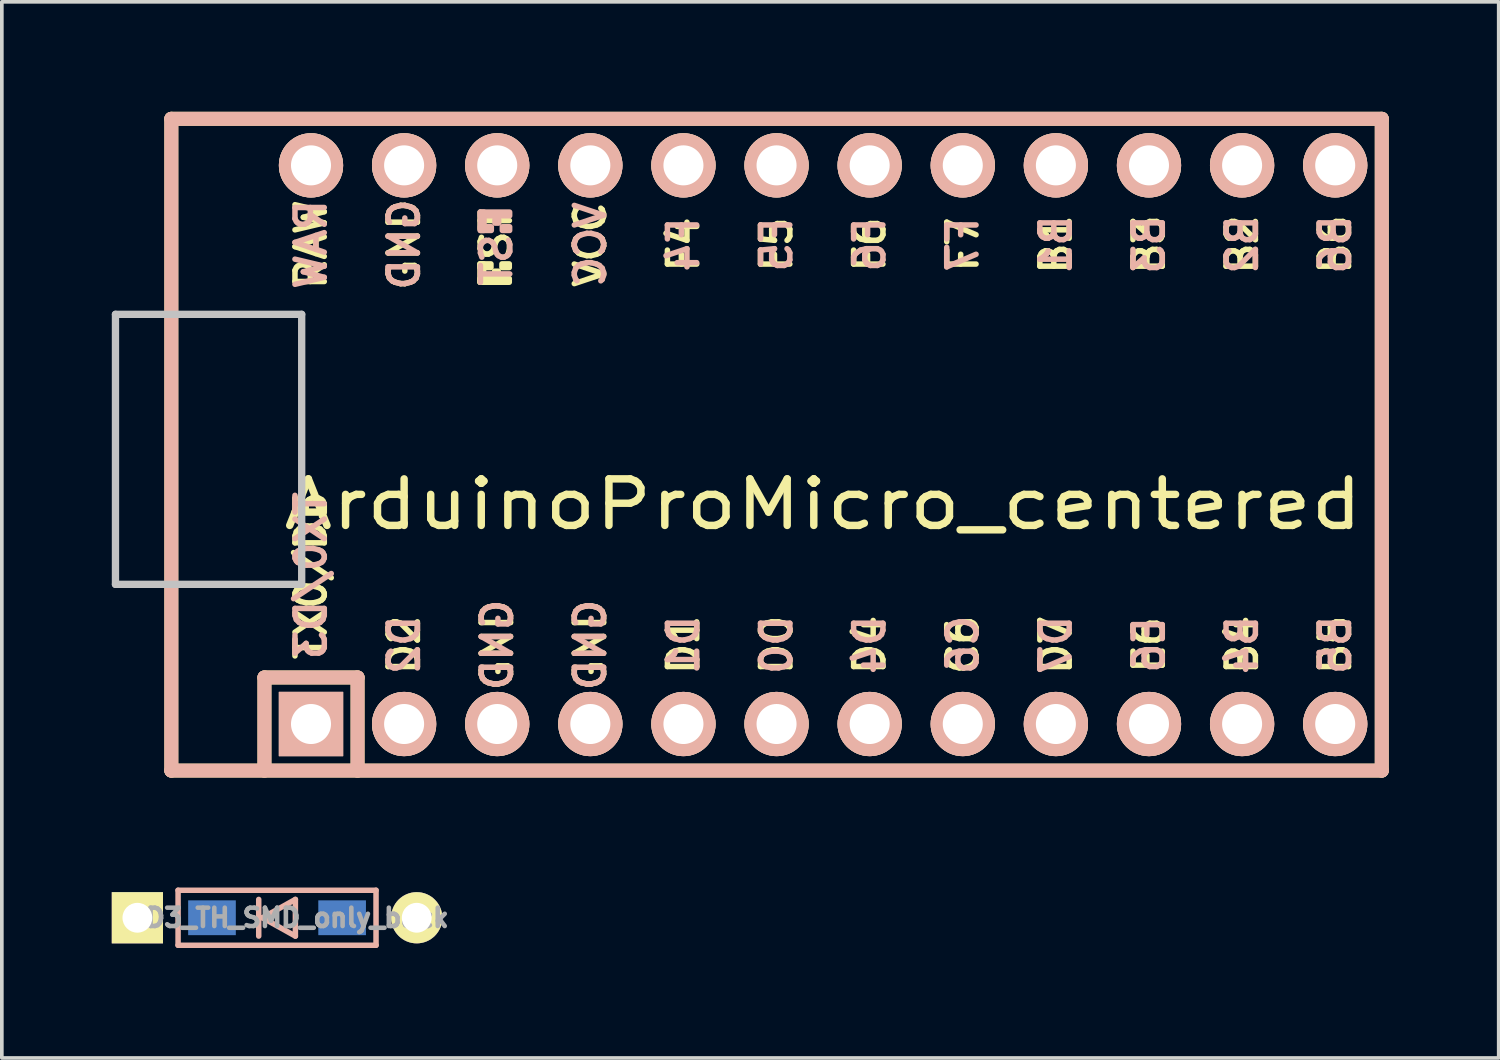
<source format=kicad_pcb>
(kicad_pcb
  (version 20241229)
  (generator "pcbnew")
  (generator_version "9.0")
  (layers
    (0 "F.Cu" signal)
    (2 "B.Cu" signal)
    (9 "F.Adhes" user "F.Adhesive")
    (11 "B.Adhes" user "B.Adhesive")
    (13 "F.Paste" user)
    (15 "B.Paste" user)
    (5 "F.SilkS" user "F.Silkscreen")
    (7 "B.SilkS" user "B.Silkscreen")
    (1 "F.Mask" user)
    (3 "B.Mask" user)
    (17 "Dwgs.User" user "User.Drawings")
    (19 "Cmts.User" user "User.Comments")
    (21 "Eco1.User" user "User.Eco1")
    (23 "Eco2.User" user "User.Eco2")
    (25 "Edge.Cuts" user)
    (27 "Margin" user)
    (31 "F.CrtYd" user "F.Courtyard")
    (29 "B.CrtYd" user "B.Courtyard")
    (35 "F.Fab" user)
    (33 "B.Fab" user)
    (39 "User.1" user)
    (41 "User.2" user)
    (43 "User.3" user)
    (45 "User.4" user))
  (footprint "D3_TH_SMD_only_back"
    (layer "F.Cu")
    (at 4.508 21.986)
    (property "Reference" "D3_TH_SMD_only_back" (at 0.55 0 0) (layer "F.Fab") (effects (font (size 0.5 0.5) (thickness 0.125))))
    (attr through_hole)
    (fp_line (start -2.7 -0.75) (end -2.7 0.75) (stroke (width 0.15) (type solid)) (layer "B.SilkS"))
    (fp_line (start -2.7 0.75) (end 2.7 0.75) (stroke (width 0.15) (type solid)) (layer "B.SilkS"))
    (fp_line (start -0.5 -0.5) (end -0.5 0.5) (stroke (width 0.15) (type solid)) (layer "B.SilkS"))
    (fp_line (start -0.4 0) (end 0.5 -0.5) (stroke (width 0.15) (type solid)) (layer "B.SilkS"))
    (fp_line (start 0.5 -0.5) (end 0.5 0.5) (stroke (width 0.15) (type solid)) (layer "B.SilkS"))
    (fp_line (start 0.5 0.5) (end -0.4 0) (stroke (width 0.15) (type solid)) (layer "B.SilkS"))
    (fp_line (start 2.7 -0.75) (end -2.7 -0.75) (stroke (width 0.15) (type solid)) (layer "B.SilkS"))
    (fp_line (start 2.7 0.75) (end 2.7 -0.75) (stroke (width 0.15) (type solid)) (layer "B.SilkS"))
    (pad "1" thru_hole rect (at -3.81 0) (size 1.397 1.397) (drill 0.813) (layers "*.Cu" "*.Mask" "F.SilkS"))
    (pad "1" smd rect (at -1.775 0) (size 1.3 0.95) (layers "B.Cu" "B.Mask" "B.Paste"))
    (pad "2" smd rect (at 1.775 0) (size 1.3 0.95) (layers "B.Cu" "B.Mask" "B.Paste"))
    (pad "2" thru_hole circle (at 3.81 0) (size 1.397 1.397) (drill 0.813) (layers "*.Cu" "*.Mask" "F.SilkS")))
  (footprint "ArduinoProMicro_centered"
    (layer "F.Cu")
    (at 18.134 9.081)
    (property "Reference" "ArduinoProMicro_centered" (at 1.27 1.625 180) (layer "F.SilkS") (effects (font (size 1.27 1.524) (thickness 0.203))))
    (attr through_hole)
    (fp_line (start -16.51 -8.89) (end -16.51 8.89) (stroke (width 0.381) (type solid)) (layer "F.SilkS"))
    (fp_line (start -16.51 8.89) (end 16.51 8.89) (stroke (width 0.381) (type solid)) (layer "F.SilkS"))
    (fp_line (start -13.97 6.35) (end -13.97 8.89) (stroke (width 0.381) (type solid)) (layer "F.SilkS"))
    (fp_line (start -13.97 6.35) (end -11.43 6.35) (stroke (width 0.381) (type solid)) (layer "F.SilkS"))
    (fp_line (start -11.43 6.35) (end -11.43 8.89) (stroke (width 0.381) (type solid)) (layer "F.SilkS"))
    (fp_line (start 16.51 -8.89) (end -16.51 -8.89) (stroke (width 0.381) (type solid)) (layer "F.SilkS"))
    (fp_line (start 16.51 8.89) (end 16.51 -8.89) (stroke (width 0.381) (type solid)) (layer "F.SilkS"))
    (fp_poly (pts (xy -8.091 -4.932) (xy -7.991 -4.932) (xy -7.991 -4.432) (xy -8.091 -4.432)) (stroke (width 0.15) (type solid)) (fill yes) (layer "F.SilkS"))
    (fp_poly (pts (xy -8.091 -4.932) (xy -7.791 -4.932) (xy -7.791 -4.832) (xy -8.091 -4.832)) (stroke (width 0.15) (type solid)) (fill yes) (layer "F.SilkS"))
    (fp_poly (pts (xy -8.091 -4.532) (xy -7.291 -4.532) (xy -7.291 -4.432) (xy -8.091 -4.432)) (stroke (width 0.15) (type solid)) (fill yes) (layer "F.SilkS"))
    (fp_poly (pts (xy -7.691 -4.732) (xy -7.591 -4.732) (xy -7.591 -4.632) (xy -7.691 -4.632)) (stroke (width 0.15) (type solid)) (fill yes) (layer "F.SilkS"))
    (fp_poly (pts (xy -7.491 -4.932) (xy -7.291 -4.932) (xy -7.291 -4.832) (xy -7.491 -4.832)) (stroke (width 0.15) (type solid)) (fill yes) (layer "F.SilkS"))
    (fp_line (start -16.51 -8.89) (end -16.51 8.89) (stroke (width 0.381) (type solid)) (layer "B.SilkS"))
    (fp_line (start -16.51 8.89) (end 16.51 8.89) (stroke (width 0.381) (type solid)) (layer "B.SilkS"))
    (fp_line (start -13.97 6.35) (end -13.97 8.89) (stroke (width 0.381) (type solid)) (layer "B.SilkS"))
    (fp_line (start -13.97 6.35) (end -11.43 6.35) (stroke (width 0.381) (type solid)) (layer "B.SilkS"))
    (fp_line (start -11.43 6.35) (end -11.43 8.89) (stroke (width 0.381) (type solid)) (layer "B.SilkS"))
    (fp_line (start 16.51 -8.89) (end -16.51 -8.89) (stroke (width 0.381) (type solid)) (layer "B.SilkS"))
    (fp_line (start 16.51 8.89) (end 16.51 -8.89) (stroke (width 0.381) (type solid)) (layer "B.SilkS"))
    (fp_poly (pts (xy -8.081 -6.245) (xy -7.281 -6.245) (xy -7.281 -6.345) (xy -8.081 -6.345)) (stroke (width 0.15) (type solid)) (fill yes) (layer "B.SilkS"))
    (fp_poly (pts (xy -8.081 -5.845) (xy -7.981 -5.845) (xy -7.981 -6.345) (xy -8.081 -6.345)) (stroke (width 0.15) (type solid)) (fill yes) (layer "B.SilkS"))
    (fp_poly (pts (xy -8.081 -5.845) (xy -7.781 -5.845) (xy -7.781 -5.945) (xy -8.081 -5.945)) (stroke (width 0.15) (type solid)) (fill yes) (layer "B.SilkS"))
    (fp_poly (pts (xy -7.681 -6.045) (xy -7.581 -6.045) (xy -7.581 -6.145) (xy -7.681 -6.145)) (stroke (width 0.15) (type solid)) (fill yes) (layer "B.SilkS"))
    (fp_poly (pts (xy -7.481 -5.845) (xy -7.281 -5.845) (xy -7.281 -5.945) (xy -7.481 -5.945)) (stroke (width 0.15) (type solid)) (fill yes) (layer "B.SilkS"))
    (fp_line (start -18.034 -3.556) (end -12.954 -3.556) (stroke (width 0.2) (type solid)) (layer "Dwgs.User"))
    (fp_line (start -18.034 3.81) (end -18.034 -3.556) (stroke (width 0.2) (type solid)) (layer "Dwgs.User"))
    (fp_line (start -12.954 -3.556) (end -12.954 3.81) (stroke (width 0.2) (type solid)) (layer "Dwgs.User"))
    (fp_line (start -12.954 3.81) (end -18.034 3.81) (stroke (width 0.2) (type solid)) (layer "Dwgs.User"))
    (fp_text user "TX0/D3" (at -12.7 3.572 270) (layer "F.SilkS") (effects (font (size 0.8 0.8) (thickness 0.15))))
    (fp_text user "B6" (at 15.24 -5.461 270) (layer "F.SilkS") (effects (font (size 0.8 0.8) (thickness 0.15))))
    (fp_text user "B2" (at 12.7 -5.461 270) (layer "F.SilkS") (effects (font (size 0.8 0.8) (thickness 0.15))))
    (fp_text user "B3" (at 10.16 -5.461 270) (layer "F.SilkS") (effects (font (size 0.8 0.8) (thickness 0.15))))
    (fp_text user "ST" (at -7.65 -5.733 270) (layer "F.SilkS") (effects (font (size 0.8 0.8) (thickness 0.15))))
    (fp_text user "D1" (at -2.54 5.461 270) (layer "F.SilkS") (effects (font (size 0.8 0.8) (thickness 0.15))))
    (fp_text user "E6" (at 10.16 5.461 270) (layer "F.SilkS") (effects (font (size 0.8 0.8) (thickness 0.15))))
    (fp_text user "GND" (at -7.62 5.461 270) (layer "F.SilkS") (effects (font (size 0.8 0.8) (thickness 0.15))))
    (fp_text user "F7" (at 5.08 -5.461 270) (layer "F.SilkS") (effects (font (size 0.8 0.8) (thickness 0.15))))
    (fp_text user "B5" (at 15.24 5.461 270) (layer "F.SilkS") (effects (font (size 0.8 0.8) (thickness 0.15))))
    (fp_text user "F4" (at -2.54 -5.461 270) (layer "F.SilkS") (effects (font (size 0.8 0.8) (thickness 0.15))))
    (fp_text user "GND" (at -5.08 5.461 270) (layer "F.SilkS") (effects (font (size 0.8 0.8) (thickness 0.15))))
    (fp_text user "RAW" (at -12.7 -5.461 270) (layer "F.SilkS") (effects (font (size 0.8 0.8) (thickness 0.15))))
    (fp_text user "C6" (at 5.08 5.461 270) (layer "F.SilkS") (effects (font (size 0.8 0.8) (thickness 0.15))))
    (fp_text user "GND" (at -10.16 -5.461 270) (layer "F.SilkS") (effects (font (size 0.8 0.8) (thickness 0.15))))
    (fp_text user "F5" (at 0 -5.461 270) (layer "F.SilkS") (effects (font (size 0.8 0.8) (thickness 0.15))))
    (fp_text user "D2" (at -10.16 5.461 270) (layer "F.SilkS") (effects (font (size 0.8 0.8) (thickness 0.15))))
    (fp_text user "B4" (at 12.7 5.461 270) (layer "F.SilkS") (effects (font (size 0.8 0.8) (thickness 0.15))))
    (fp_text user "F6" (at 2.54 -5.461 270) (layer "F.SilkS") (effects (font (size 0.8 0.8) (thickness 0.15))))
    (fp_text user "VCC" (at -5.08 -5.461 270) (layer "F.SilkS") (effects (font (size 0.8 0.8) (thickness 0.15))))
    (fp_text user "B1" (at 7.62 -5.461 270) (layer "F.SilkS") (effects (font (size 0.8 0.8) (thickness 0.15))))
    (fp_text user "D0" (at 0 5.461 270) (layer "F.SilkS") (effects (font (size 0.8 0.8) (thickness 0.15))))
    (fp_text user "D4" (at 2.54 5.461 270) (layer "F.SilkS") (effects (font (size 0.8 0.8) (thickness 0.15))))
    (fp_text user "D7" (at 7.62 5.461 270) (layer "F.SilkS") (effects (font (size 0.8 0.8) (thickness 0.15))))
    (fp_text user "B5" (at 15.24 5.461 270) (layer "B.SilkS") (effects (font (size 0.8 0.8) (thickness 0.15)) (justify mirror)))
    (fp_text user "GND" (at -5.08 5.461 270) (layer "B.SilkS") (effects (font (size 0.8 0.8) (thickness 0.15)) (justify mirror)))
    (fp_text user "C6" (at 5.08 5.461 270) (layer "B.SilkS") (effects (font (size 0.8 0.8) (thickness 0.15)) (justify mirror)))
    (fp_text user "D1" (at -2.54 5.461 270) (layer "B.SilkS") (effects (font (size 0.8 0.8) (thickness 0.15)) (justify mirror)))
    (fp_text user "B4" (at 12.7 5.461 270) (layer "B.SilkS") (effects (font (size 0.8 0.8) (thickness 0.15)) (justify mirror)))
    (fp_text user "GND" (at -7.62 5.461 270) (layer "B.SilkS") (effects (font (size 0.8 0.8) (thickness 0.15)) (justify mirror)))
    (fp_text user "RAW" (at -12.7 -5.461 270) (layer "B.SilkS") (effects (font (size 0.8 0.8) (thickness 0.15)) (justify mirror)))
    (fp_text user "GND" (at -10.16 -5.461 270) (layer "B.SilkS") (effects (font (size 0.8 0.8) (thickness 0.15)) (justify mirror)))
    (fp_text user "B6" (at 15.24 -5.461 270) (layer "B.SilkS") (effects (font (size 0.8 0.8) (thickness 0.15)) (justify mirror)))
    (fp_text user "TX0/D3" (at -12.7 3.572 270) (layer "B.SilkS") (effects (font (size 0.8 0.8) (thickness 0.15)) (justify mirror)))
    (fp_text user "F6" (at 2.54 -5.461 270) (layer "B.SilkS") (effects (font (size 0.8 0.8) (thickness 0.15)) (justify mirror)))
    (fp_text user "D7" (at 7.62 5.461 270) (layer "B.SilkS") (effects (font (size 0.8 0.8) (thickness 0.15)) (justify mirror)))
    (fp_text user "B3" (at 10.16 -5.461 270) (layer "B.SilkS") (effects (font (size 0.8 0.8) (thickness 0.15)) (justify mirror)))
    (fp_text user "D0" (at 0 5.461 270) (layer "B.SilkS") (effects (font (size 0.8 0.8) (thickness 0.15)) (justify mirror)))
    (fp_text user "F4" (at -2.54 -5.461 270) (layer "B.SilkS") (effects (font (size 0.8 0.8) (thickness 0.15)) (justify mirror)))
    (fp_text user "ST" (at -7.64 -5.04 270) (layer "B.SilkS") (effects (font (size 0.8 0.8) (thickness 0.15)) (justify mirror)))
    (fp_text user "D4" (at 2.54 5.461 270) (layer "B.SilkS") (effects (font (size 0.8 0.8) (thickness 0.15)) (justify mirror)))
    (fp_text user "B2" (at 12.7 -5.461 270) (layer "B.SilkS") (effects (font (size 0.8 0.8) (thickness 0.15)) (justify mirror)))
    (fp_text user "B1" (at 7.62 -5.461 270) (layer "B.SilkS") (effects (font (size 0.8 0.8) (thickness 0.15)) (justify mirror)))
    (fp_text user "VCC" (at -5.08 -5.461 270) (layer "B.SilkS") (effects (font (size 0.8 0.8) (thickness 0.15)) (justify mirror)))
    (fp_text user "E6" (at 10.16 5.461 270) (layer "B.SilkS") (effects (font (size 0.8 0.8) (thickness 0.15)) (justify mirror)))
    (fp_text user "D2" (at -10.16 5.461 270) (layer "B.SilkS") (effects (font (size 0.8 0.8) (thickness 0.15)) (justify mirror)))
    (fp_text user "F5" (at 0 -5.461 270) (layer "B.SilkS") (effects (font (size 0.8 0.8) (thickness 0.15)) (justify mirror)))
    (fp_text user "F7" (at 5.08 -5.461 270) (layer "B.SilkS") (effects (font (size 0.8 0.8) (thickness 0.15)) (justify mirror)))
    (pad "1" thru_hole rect (at -12.7 7.62) (size 1.753 1.753) (drill 1.092) (layers "*.Cu" "*.SilkS" "*.Mask"))
    (pad "2" thru_hole circle (at -10.16 7.62) (size 1.753 1.753) (drill 1.092) (layers "*.Cu" "*.SilkS" "*.Mask"))
    (pad "3" thru_hole circle (at -7.62 7.62) (size 1.753 1.753) (drill 1.092) (layers "*.Cu" "*.SilkS" "*.Mask"))
    (pad "4" thru_hole circle (at -5.08 7.62) (size 1.753 1.753) (drill 1.092) (layers "*.Cu" "*.SilkS" "*.Mask"))
    (pad "5" thru_hole circle (at -2.54 7.62) (size 1.753 1.753) (drill 1.092) (layers "*.Cu" "*.SilkS" "*.Mask"))
    (pad "6" thru_hole circle (at 0 7.62) (size 1.753 1.753) (drill 1.092) (layers "*.Cu" "*.SilkS" "*.Mask"))
    (pad "7" thru_hole circle (at 2.54 7.62) (size 1.753 1.753) (drill 1.092) (layers "*.Cu" "*.SilkS" "*.Mask"))
    (pad "8" thru_hole circle (at 5.08 7.62) (size 1.753 1.753) (drill 1.092) (layers "*.Cu" "*.SilkS" "*.Mask"))
    (pad "9" thru_hole circle (at 7.62 7.62) (size 1.753 1.753) (drill 1.092) (layers "*.Cu" "*.SilkS" "*.Mask"))
    (pad "10" thru_hole circle (at 10.16 7.62) (size 1.753 1.753) (drill 1.092) (layers "*.Cu" "*.SilkS" "*.Mask"))
    (pad "11" thru_hole circle (at 12.7 7.62) (size 1.753 1.753) (drill 1.092) (layers "*.Cu" "*.SilkS" "*.Mask"))
    (pad "12" thru_hole circle (at 15.24 7.62) (size 1.753 1.753) (drill 1.092) (layers "*.Cu" "*.SilkS" "*.Mask"))
    (pad "13" thru_hole circle (at 15.24 -7.62) (size 1.753 1.753) (drill 1.092) (layers "*.Cu" "*.SilkS" "*.Mask"))
    (pad "14" thru_hole circle (at 12.7 -7.62) (size 1.753 1.753) (drill 1.092) (layers "*.Cu" "*.SilkS" "*.Mask"))
    (pad "15" thru_hole circle (at 10.16 -7.62) (size 1.753 1.753) (drill 1.092) (layers "*.Cu" "*.SilkS" "*.Mask"))
    (pad "16" thru_hole circle (at 7.62 -7.62) (size 1.753 1.753) (drill 1.092) (layers "*.Cu" "*.SilkS" "*.Mask"))
    (pad "17" thru_hole circle (at 5.08 -7.62) (size 1.753 1.753) (drill 1.092) (layers "*.Cu" "*.SilkS" "*.Mask"))
    (pad "18" thru_hole circle (at 2.54 -7.62) (size 1.753 1.753) (drill 1.092) (layers "*.Cu" "*.SilkS" "*.Mask"))
    (pad "19" thru_hole circle (at 0 -7.62) (size 1.753 1.753) (drill 1.092) (layers "*.Cu" "*.SilkS" "*.Mask"))
    (pad "20" thru_hole circle (at -2.54 -7.62) (size 1.753 1.753) (drill 1.092) (layers "*.Cu" "*.SilkS" "*.Mask"))
    (pad "21" thru_hole circle (at -5.08 -7.62) (size 1.753 1.753) (drill 1.092) (layers "*.Cu" "*.SilkS" "*.Mask"))
    (pad "22" thru_hole circle (at -7.62 -7.62) (size 1.753 1.753) (drill 1.092) (layers "*.Cu" "*.SilkS" "*.Mask"))
    (pad "23" thru_hole circle (at -10.16 -7.62) (size 1.753 1.753) (drill 1.092) (layers "*.Cu" "*.SilkS" "*.Mask"))
    (pad "24" thru_hole circle (at -12.7 -7.62) (size 1.753 1.753) (drill 1.092) (layers "*.Cu" "*.SilkS" "*.Mask")))
  (gr_rect
    (start -3 -3)
    (end 37.834 25.811)
    (stroke (width 0.1) (type default))
    (fill no)
    (layer "Edge.Cuts")))
</source>
